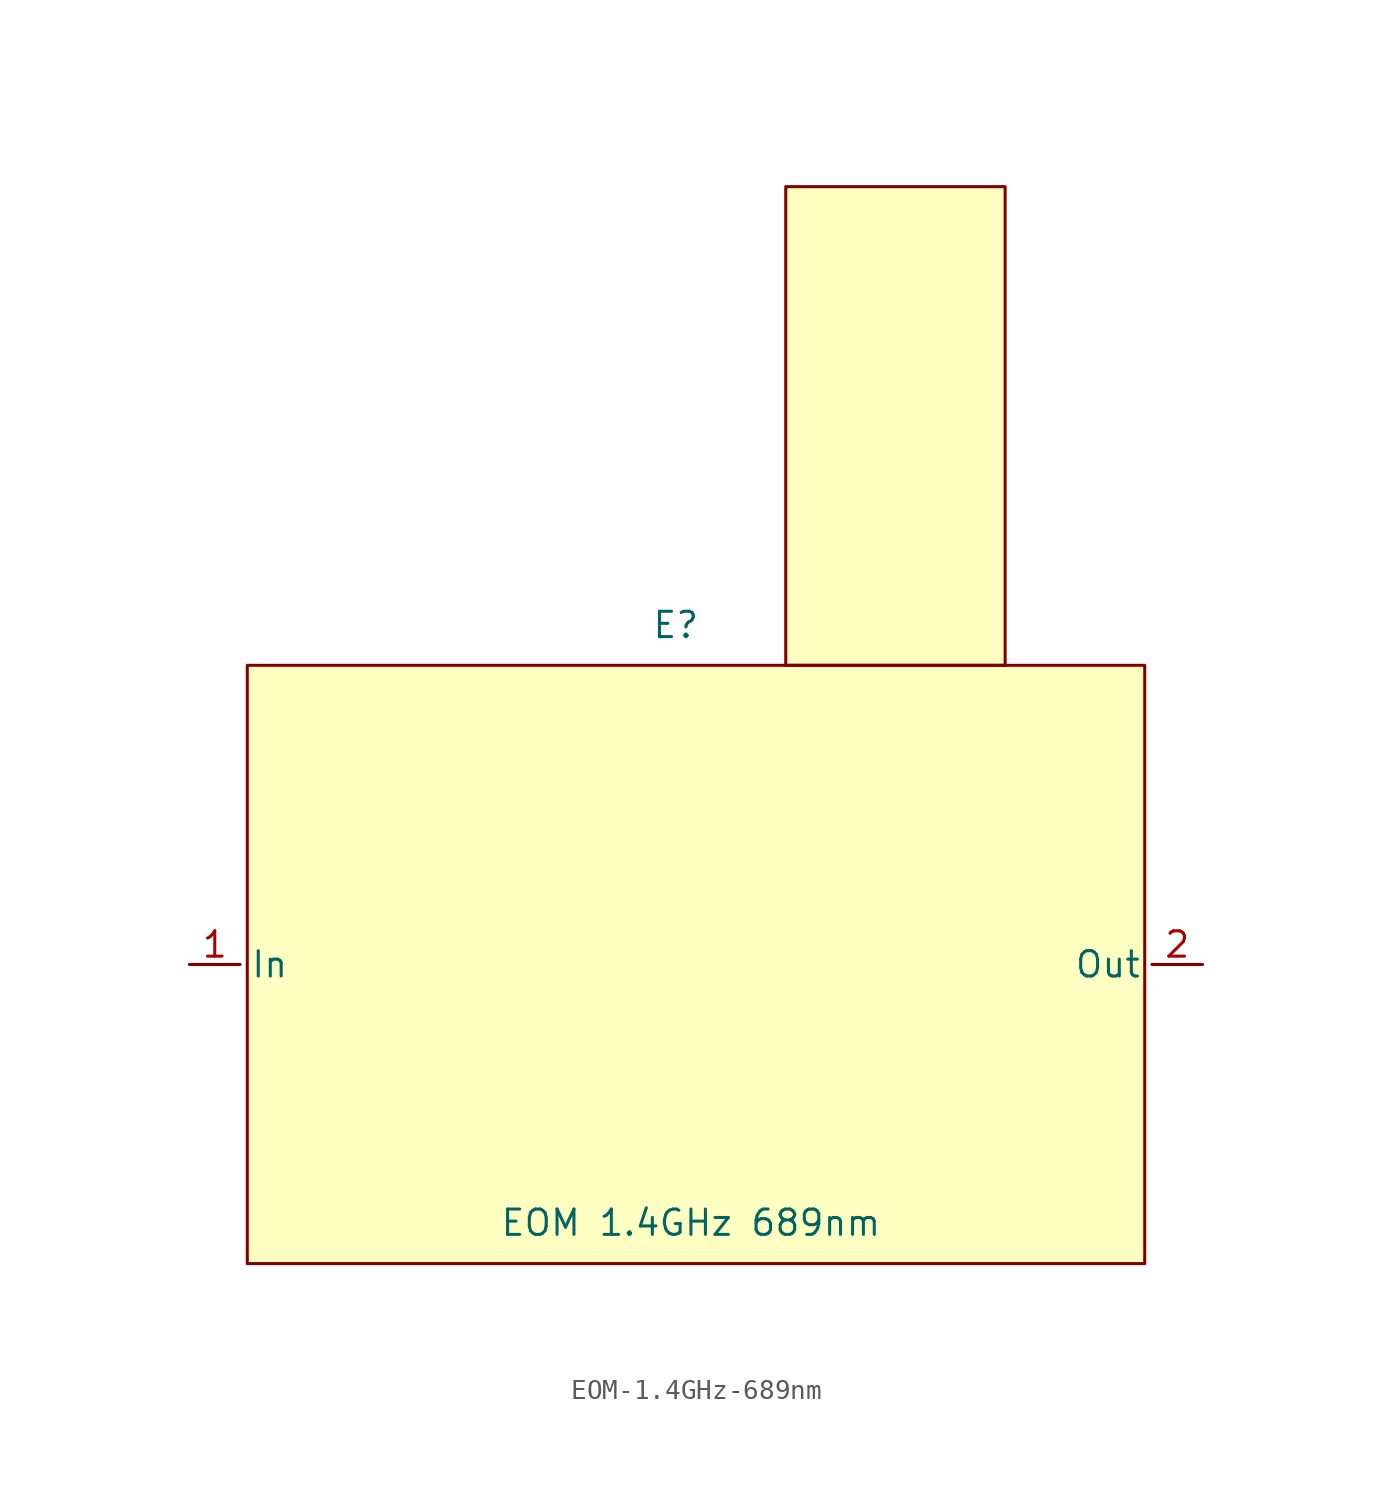
<source format=kicad_sym>
(kicad_symbol_lib
  (version 20241209)
  (generator "kicad_symbol_editor")
  (generator_version "9.0")
  (symbol "EOM-1.4GHz-689nm"
    (property "Reference" "E"
      (at -1.016 17.018 0)
      (effects (font (size 1.27 1.27))))
    (property "Value" "EOM 1.4GHz 689nm"
      (at -0.254 -12.954 0)
      (effects (font (size 1.27 1.27))))
    (symbol "EOM-1.4GHz-689nm_1_1"
      (rectangle (start -22.5 15) (end 22.5 -15) (stroke (width 0) (type default)) (fill (type background)))
      (rectangle (start 4.5 39) (end 15.5 15) (stroke (width 0) (type default)) (fill (type background)))
      (pin passive line (at -25.4 0 0) (length 2.54) (name "In" (effects (font (size 1.27 1.27)))) (number "1" (effects (font (size 1.27 1.27)))))
      (pin passive line (at 25.4 0 180) (length 2.54) (name "Out" (effects (font (size 1.27 1.27)))) (number "2" (effects (font (size 1.27 1.27))))))))
</source>
